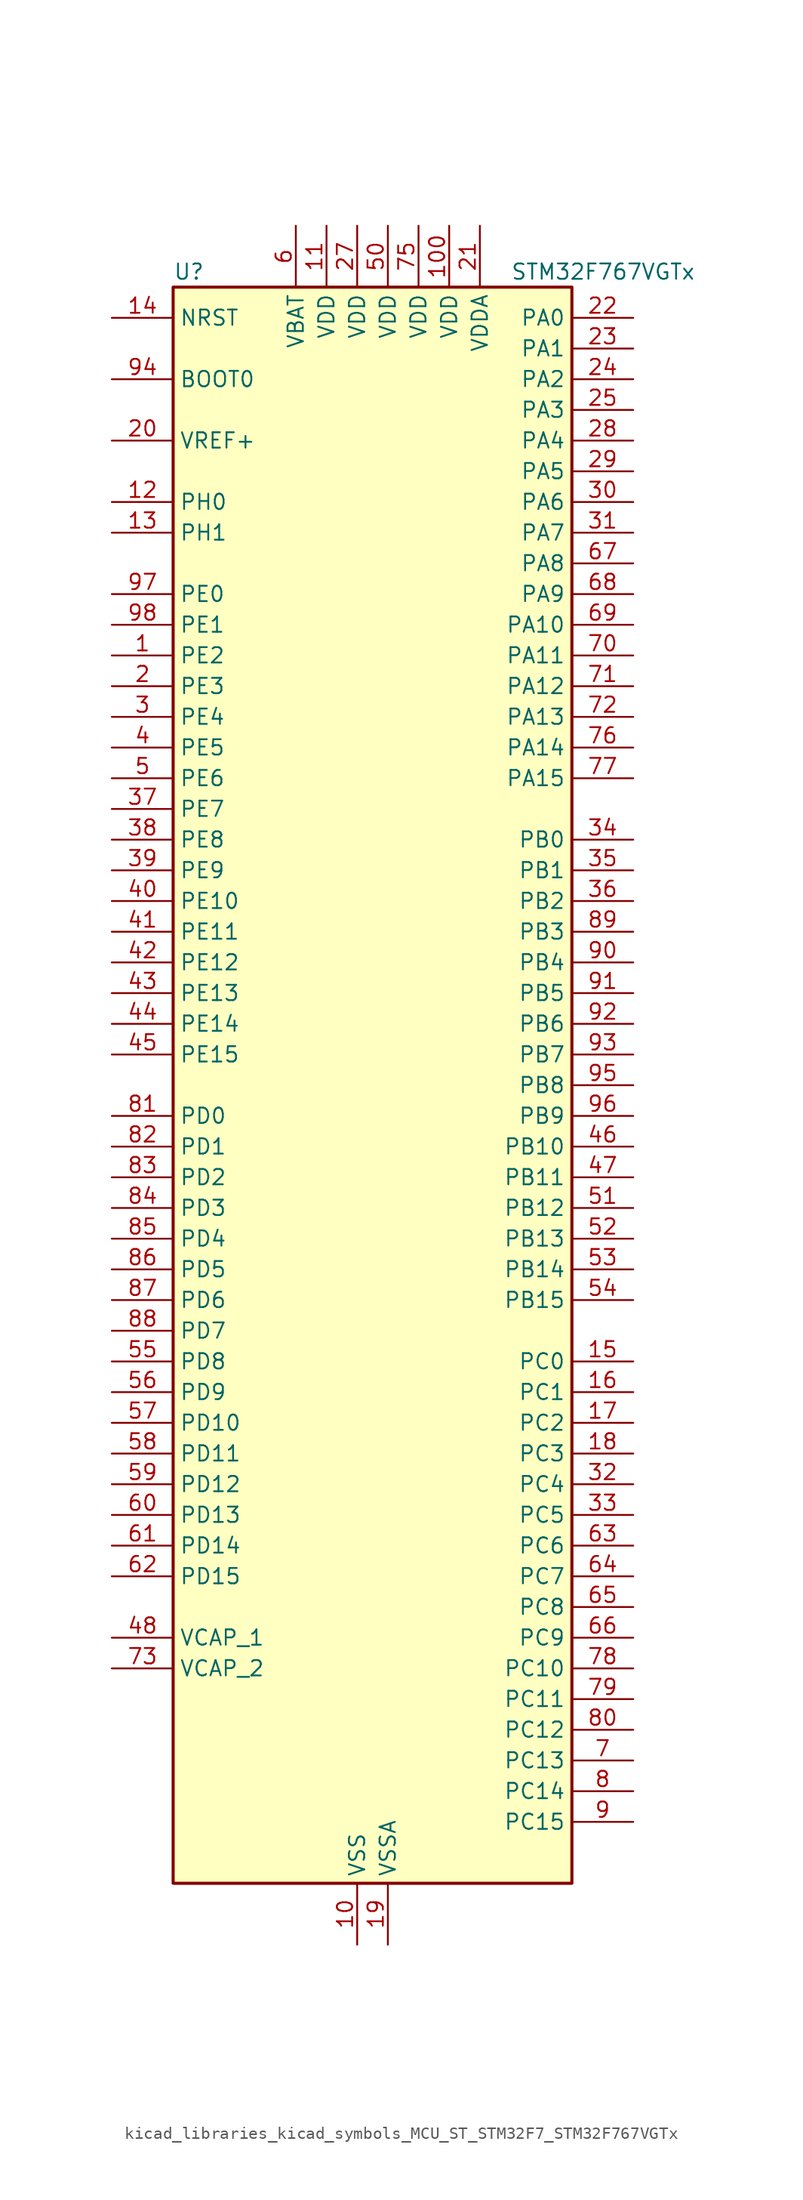
<source format=kicad_sym>
(kicad_symbol_lib
  (version 20220914)
  (generator kicad_symbol_editor)
  (symbol "kicad_libraries_kicad_symbols_MCU_ST_STM32F7_STM32F767VGTx"
    (property "Reference" "U"
      (at -15.24 67.31 0)
      (effects (font (size 1.27 1.27)) (justify left)))
    (property "Value" "STM32F767VGTx"
      (at 12.7 67.31 0)
      (effects (font (size 1.27 1.27)) (justify left)))
    (property "ki_locked" ""
      (at 0 0 0)
      (effects (font (size 1.27 1.27))))
    (symbol "kicad_libraries_kicad_symbols_MCU_ST_STM32F7_STM32F767VGTx_0_1"
      (rectangle (start -15.24 -66.04) (end 17.78 66.04) (stroke (width 0.254) (type default)) (fill (type background))))
    (symbol "kicad_libraries_kicad_symbols_MCU_ST_STM32F7_STM32F767VGTx_1_1"
      (pin bidirectional line (at -20.32 35.56 0) (length 5.08) (name "PE2" (effects (font (size 1.27 1.27)))) (number "1" (effects (font (size 1.27 1.27)))) (alternate "ETH_TXD3" bidirectional line) (alternate "FMC_A23" bidirectional line) (alternate "QUADSPI_BK1_IO2" bidirectional line) (alternate "SAI1_MCLK_A" bidirectional line) (alternate "SPI4_SCK" bidirectional line) (alternate "SYS_TRACECLK" bidirectional line))
      (pin power_in line (at 0 -71.12 90) (length 5.08) (name "VSS" (effects (font (size 1.27 1.27)))) (number "10" (effects (font (size 1.27 1.27)))))
      (pin power_in line (at 7.62 71.12 270) (length 5.08) (name "VDD" (effects (font (size 1.27 1.27)))) (number "100" (effects (font (size 1.27 1.27)))))
      (pin power_in line (at -2.54 71.12 270) (length 5.08) (name "VDD" (effects (font (size 1.27 1.27)))) (number "11" (effects (font (size 1.27 1.27)))))
      (pin bidirectional line (at -20.32 48.26 0) (length 5.08) (name "PH0" (effects (font (size 1.27 1.27)))) (number "12" (effects (font (size 1.27 1.27)))) (alternate "RCC_OSC_IN" bidirectional line))
      (pin bidirectional line (at -20.32 45.72 0) (length 5.08) (name "PH1" (effects (font (size 1.27 1.27)))) (number "13" (effects (font (size 1.27 1.27)))) (alternate "RCC_OSC_OUT" bidirectional line))
      (pin input line (at -20.32 63.5 0) (length 5.08) (name "NRST" (effects (font (size 1.27 1.27)))) (number "14" (effects (font (size 1.27 1.27)))))
      (pin bidirectional line (at 22.86 -22.86 180) (length 5.08) (name "PC0" (effects (font (size 1.27 1.27)))) (number "15" (effects (font (size 1.27 1.27)))) (alternate "ADC1_IN10" bidirectional line) (alternate "ADC2_IN10" bidirectional line) (alternate "ADC3_IN10" bidirectional line) (alternate "DFSDM1_CKIN0" bidirectional line) (alternate "DFSDM1_DATIN4" bidirectional line) (alternate "FMC_SDNWE" bidirectional line) (alternate "LTDC_R5" bidirectional line) (alternate "SAI2_FS_B" bidirectional line) (alternate "USB_OTG_HS_ULPI_STP" bidirectional line))
      (pin bidirectional line (at 22.86 -25.4 180) (length 5.08) (name "PC1" (effects (font (size 1.27 1.27)))) (number "16" (effects (font (size 1.27 1.27)))) (alternate "ADC1_IN11" bidirectional line) (alternate "ADC2_IN11" bidirectional line) (alternate "ADC3_IN11" bidirectional line) (alternate "DFSDM1_CKIN4" bidirectional line) (alternate "DFSDM1_DATIN0" bidirectional line) (alternate "ETH_MDC" bidirectional line) (alternate "I2S2_SD" bidirectional line) (alternate "MDIOS_MDC" bidirectional line) (alternate "RTC_TAMP3" bidirectional line) (alternate "RTC_TS" bidirectional line) (alternate "SAI1_SD_A" bidirectional line) (alternate "SPI2_MOSI" bidirectional line) (alternate "SYS_TRACED0" bidirectional line) (alternate "SYS_WKUP3" bidirectional line))
      (pin bidirectional line (at 22.86 -27.94 180) (length 5.08) (name "PC2" (effects (font (size 1.27 1.27)))) (number "17" (effects (font (size 1.27 1.27)))) (alternate "ADC1_IN12" bidirectional line) (alternate "ADC2_IN12" bidirectional line) (alternate "ADC3_IN12" bidirectional line) (alternate "DFSDM1_CKIN1" bidirectional line) (alternate "DFSDM1_CKOUT" bidirectional line) (alternate "ETH_TXD2" bidirectional line) (alternate "FMC_SDNE0" bidirectional line) (alternate "SPI2_MISO" bidirectional line) (alternate "USB_OTG_HS_ULPI_DIR" bidirectional line))
      (pin bidirectional line (at 22.86 -30.48 180) (length 5.08) (name "PC3" (effects (font (size 1.27 1.27)))) (number "18" (effects (font (size 1.27 1.27)))) (alternate "ADC1_IN13" bidirectional line) (alternate "ADC2_IN13" bidirectional line) (alternate "ADC3_IN13" bidirectional line) (alternate "DFSDM1_DATIN1" bidirectional line) (alternate "ETH_TX_CLK" bidirectional line) (alternate "FMC_SDCKE0" bidirectional line) (alternate "I2S2_SD" bidirectional line) (alternate "SPI2_MOSI" bidirectional line) (alternate "USB_OTG_HS_ULPI_NXT" bidirectional line))
      (pin power_in line (at 2.54 -71.12 90) (length 5.08) (name "VSSA" (effects (font (size 1.27 1.27)))) (number "19" (effects (font (size 1.27 1.27)))))
      (pin bidirectional line (at -20.32 33.02 0) (length 5.08) (name "PE3" (effects (font (size 1.27 1.27)))) (number "2" (effects (font (size 1.27 1.27)))) (alternate "FMC_A19" bidirectional line) (alternate "SAI1_SD_B" bidirectional line) (alternate "SYS_TRACED0" bidirectional line))
      (pin input line (at -20.32 53.34 0) (length 5.08) (name "VREF+" (effects (font (size 1.27 1.27)))) (number "20" (effects (font (size 1.27 1.27)))))
      (pin power_in line (at 10.16 71.12 270) (length 5.08) (name "VDDA" (effects (font (size 1.27 1.27)))) (number "21" (effects (font (size 1.27 1.27)))))
      (pin bidirectional line (at 22.86 63.5 180) (length 5.08) (name "PA0" (effects (font (size 1.27 1.27)))) (number "22" (effects (font (size 1.27 1.27)))) (alternate "ADC1_IN0" bidirectional line) (alternate "ADC2_IN0" bidirectional line) (alternate "ADC3_IN0" bidirectional line) (alternate "ETH_CRS" bidirectional line) (alternate "SAI2_SD_B" bidirectional line) (alternate "SYS_WKUP1" bidirectional line) (alternate "TIM2_CH1" bidirectional line) (alternate "TIM2_ETR" bidirectional line) (alternate "TIM5_CH1" bidirectional line) (alternate "TIM8_ETR" bidirectional line) (alternate "UART4_TX" bidirectional line) (alternate "USART2_CTS" bidirectional line))
      (pin bidirectional line (at 22.86 60.96 180) (length 5.08) (name "PA1" (effects (font (size 1.27 1.27)))) (number "23" (effects (font (size 1.27 1.27)))) (alternate "ADC1_IN1" bidirectional line) (alternate "ADC2_IN1" bidirectional line) (alternate "ADC3_IN1" bidirectional line) (alternate "ETH_REF_CLK" bidirectional line) (alternate "ETH_RX_CLK" bidirectional line) (alternate "LTDC_R2" bidirectional line) (alternate "QUADSPI_BK1_IO3" bidirectional line) (alternate "SAI2_MCLK_B" bidirectional line) (alternate "TIM2_CH2" bidirectional line) (alternate "TIM5_CH2" bidirectional line) (alternate "UART4_RX" bidirectional line) (alternate "USART2_DE" bidirectional line) (alternate "USART2_RTS" bidirectional line))
      (pin bidirectional line (at 22.86 58.42 180) (length 5.08) (name "PA2" (effects (font (size 1.27 1.27)))) (number "24" (effects (font (size 1.27 1.27)))) (alternate "ADC1_IN2" bidirectional line) (alternate "ADC2_IN2" bidirectional line) (alternate "ADC3_IN2" bidirectional line) (alternate "ETH_MDIO" bidirectional line) (alternate "LTDC_R1" bidirectional line) (alternate "MDIOS_MDIO" bidirectional line) (alternate "SAI2_SCK_B" bidirectional line) (alternate "SYS_WKUP2" bidirectional line) (alternate "TIM2_CH3" bidirectional line) (alternate "TIM5_CH3" bidirectional line) (alternate "TIM9_CH1" bidirectional line) (alternate "USART2_TX" bidirectional line))
      (pin bidirectional line (at 22.86 55.88 180) (length 5.08) (name "PA3" (effects (font (size 1.27 1.27)))) (number "25" (effects (font (size 1.27 1.27)))) (alternate "ADC1_IN3" bidirectional line) (alternate "ADC2_IN3" bidirectional line) (alternate "ADC3_IN3" bidirectional line) (alternate "ETH_COL" bidirectional line) (alternate "LTDC_B2" bidirectional line) (alternate "LTDC_B5" bidirectional line) (alternate "TIM2_CH4" bidirectional line) (alternate "TIM5_CH4" bidirectional line) (alternate "TIM9_CH2" bidirectional line) (alternate "USART2_RX" bidirectional line) (alternate "USB_OTG_HS_ULPI_D0" bidirectional line))
      (pin passive line (at 0 -71.12 90) (length 5.08) hide (name "VSS" (effects (font (size 1.27 1.27)))) (number "26" (effects (font (size 1.27 1.27)))))
      (pin power_in line (at 0 71.12 270) (length 5.08) (name "VDD" (effects (font (size 1.27 1.27)))) (number "27" (effects (font (size 1.27 1.27)))))
      (pin bidirectional line (at 22.86 53.34 180) (length 5.08) (name "PA4" (effects (font (size 1.27 1.27)))) (number "28" (effects (font (size 1.27 1.27)))) (alternate "ADC1_IN4" bidirectional line) (alternate "ADC2_IN4" bidirectional line) (alternate "DAC_OUT1" bidirectional line) (alternate "DCMI_HSYNC" bidirectional line) (alternate "I2S1_WS" bidirectional line) (alternate "I2S3_WS" bidirectional line) (alternate "LTDC_VSYNC" bidirectional line) (alternate "SPI1_NSS" bidirectional line) (alternate "SPI3_NSS" bidirectional line) (alternate "SPI6_NSS" bidirectional line) (alternate "USART2_CK" bidirectional line) (alternate "USB_OTG_HS_SOF" bidirectional line))
      (pin bidirectional line (at 22.86 50.8 180) (length 5.08) (name "PA5" (effects (font (size 1.27 1.27)))) (number "29" (effects (font (size 1.27 1.27)))) (alternate "ADC1_IN5" bidirectional line) (alternate "ADC2_IN5" bidirectional line) (alternate "DAC_OUT2" bidirectional line) (alternate "I2S1_CK" bidirectional line) (alternate "LTDC_R4" bidirectional line) (alternate "SPI1_SCK" bidirectional line) (alternate "SPI6_SCK" bidirectional line) (alternate "TIM2_CH1" bidirectional line) (alternate "TIM2_ETR" bidirectional line) (alternate "TIM8_CH1N" bidirectional line) (alternate "USB_OTG_HS_ULPI_CK" bidirectional line))
      (pin bidirectional line (at -20.32 30.48 0) (length 5.08) (name "PE4" (effects (font (size 1.27 1.27)))) (number "3" (effects (font (size 1.27 1.27)))) (alternate "DCMI_D4" bidirectional line) (alternate "DFSDM1_DATIN3" bidirectional line) (alternate "FMC_A20" bidirectional line) (alternate "LTDC_B0" bidirectional line) (alternate "SAI1_FS_A" bidirectional line) (alternate "SPI4_NSS" bidirectional line) (alternate "SYS_TRACED1" bidirectional line))
      (pin bidirectional line (at 22.86 48.26 180) (length 5.08) (name "PA6" (effects (font (size 1.27 1.27)))) (number "30" (effects (font (size 1.27 1.27)))) (alternate "ADC1_IN6" bidirectional line) (alternate "ADC2_IN6" bidirectional line) (alternate "DCMI_PIXCLK" bidirectional line) (alternate "LTDC_G2" bidirectional line) (alternate "MDIOS_MDC" bidirectional line) (alternate "SPI1_MISO" bidirectional line) (alternate "SPI6_MISO" bidirectional line) (alternate "TIM13_CH1" bidirectional line) (alternate "TIM1_BKIN" bidirectional line) (alternate "TIM3_CH1" bidirectional line) (alternate "TIM8_BKIN" bidirectional line))
      (pin bidirectional line (at 22.86 45.72 180) (length 5.08) (name "PA7" (effects (font (size 1.27 1.27)))) (number "31" (effects (font (size 1.27 1.27)))) (alternate "ADC1_IN7" bidirectional line) (alternate "ADC2_IN7" bidirectional line) (alternate "ETH_CRS_DV" bidirectional line) (alternate "ETH_RX_DV" bidirectional line) (alternate "FMC_SDNWE" bidirectional line) (alternate "I2S1_SD" bidirectional line) (alternate "SPI1_MOSI" bidirectional line) (alternate "SPI6_MOSI" bidirectional line) (alternate "TIM14_CH1" bidirectional line) (alternate "TIM1_CH1N" bidirectional line) (alternate "TIM3_CH2" bidirectional line) (alternate "TIM8_CH1N" bidirectional line))
      (pin bidirectional line (at 22.86 -33.02 180) (length 5.08) (name "PC4" (effects (font (size 1.27 1.27)))) (number "32" (effects (font (size 1.27 1.27)))) (alternate "ADC1_IN14" bidirectional line) (alternate "ADC2_IN14" bidirectional line) (alternate "DFSDM1_CKIN2" bidirectional line) (alternate "ETH_RXD0" bidirectional line) (alternate "FMC_SDNE0" bidirectional line) (alternate "I2S1_MCK" bidirectional line) (alternate "SPDIFRX_IN2" bidirectional line))
      (pin bidirectional line (at 22.86 -35.56 180) (length 5.08) (name "PC5" (effects (font (size 1.27 1.27)))) (number "33" (effects (font (size 1.27 1.27)))) (alternate "ADC1_IN15" bidirectional line) (alternate "ADC2_IN15" bidirectional line) (alternate "DFSDM1_DATIN2" bidirectional line) (alternate "ETH_RXD1" bidirectional line) (alternate "FMC_SDCKE0" bidirectional line) (alternate "SPDIFRX_IN3" bidirectional line))
      (pin bidirectional line (at 22.86 20.32 180) (length 5.08) (name "PB0" (effects (font (size 1.27 1.27)))) (number "34" (effects (font (size 1.27 1.27)))) (alternate "ADC1_IN8" bidirectional line) (alternate "ADC2_IN8" bidirectional line) (alternate "DFSDM1_CKOUT" bidirectional line) (alternate "ETH_RXD2" bidirectional line) (alternate "LTDC_G1" bidirectional line) (alternate "LTDC_R3" bidirectional line) (alternate "TIM1_CH2N" bidirectional line) (alternate "TIM3_CH3" bidirectional line) (alternate "TIM8_CH2N" bidirectional line) (alternate "UART4_CTS" bidirectional line) (alternate "USB_OTG_HS_ULPI_D1" bidirectional line))
      (pin bidirectional line (at 22.86 17.78 180) (length 5.08) (name "PB1" (effects (font (size 1.27 1.27)))) (number "35" (effects (font (size 1.27 1.27)))) (alternate "ADC1_IN9" bidirectional line) (alternate "ADC2_IN9" bidirectional line) (alternate "DFSDM1_DATIN1" bidirectional line) (alternate "ETH_RXD3" bidirectional line) (alternate "LTDC_G0" bidirectional line) (alternate "LTDC_R6" bidirectional line) (alternate "TIM1_CH3N" bidirectional line) (alternate "TIM3_CH4" bidirectional line) (alternate "TIM8_CH3N" bidirectional line) (alternate "USB_OTG_HS_ULPI_D2" bidirectional line))
      (pin bidirectional line (at 22.86 15.24 180) (length 5.08) (name "PB2" (effects (font (size 1.27 1.27)))) (number "36" (effects (font (size 1.27 1.27)))) (alternate "DFSDM1_CKIN1" bidirectional line) (alternate "I2S3_SD" bidirectional line) (alternate "QUADSPI_CLK" bidirectional line) (alternate "SAI1_SD_A" bidirectional line) (alternate "SPI3_MOSI" bidirectional line))
      (pin bidirectional line (at -20.32 22.86 0) (length 5.08) (name "PE7" (effects (font (size 1.27 1.27)))) (number "37" (effects (font (size 1.27 1.27)))) (alternate "DFSDM1_DATIN2" bidirectional line) (alternate "FMC_D4" bidirectional line) (alternate "FMC_DA4" bidirectional line) (alternate "QUADSPI_BK2_IO0" bidirectional line) (alternate "TIM1_ETR" bidirectional line) (alternate "UART7_RX" bidirectional line))
      (pin bidirectional line (at -20.32 20.32 0) (length 5.08) (name "PE8" (effects (font (size 1.27 1.27)))) (number "38" (effects (font (size 1.27 1.27)))) (alternate "DFSDM1_CKIN2" bidirectional line) (alternate "FMC_D5" bidirectional line) (alternate "FMC_DA5" bidirectional line) (alternate "QUADSPI_BK2_IO1" bidirectional line) (alternate "TIM1_CH1N" bidirectional line) (alternate "UART7_TX" bidirectional line))
      (pin bidirectional line (at -20.32 17.78 0) (length 5.08) (name "PE9" (effects (font (size 1.27 1.27)))) (number "39" (effects (font (size 1.27 1.27)))) (alternate "DAC_EXTI9" bidirectional line) (alternate "DFSDM1_CKOUT" bidirectional line) (alternate "FMC_D6" bidirectional line) (alternate "FMC_DA6" bidirectional line) (alternate "QUADSPI_BK2_IO2" bidirectional line) (alternate "TIM1_CH1" bidirectional line) (alternate "UART7_DE" bidirectional line) (alternate "UART7_RTS" bidirectional line))
      (pin bidirectional line (at -20.32 27.94 0) (length 5.08) (name "PE5" (effects (font (size 1.27 1.27)))) (number "4" (effects (font (size 1.27 1.27)))) (alternate "DCMI_D6" bidirectional line) (alternate "DFSDM1_CKIN3" bidirectional line) (alternate "FMC_A21" bidirectional line) (alternate "LTDC_G0" bidirectional line) (alternate "SAI1_SCK_A" bidirectional line) (alternate "SPI4_MISO" bidirectional line) (alternate "SYS_TRACED2" bidirectional line) (alternate "TIM9_CH1" bidirectional line))
      (pin bidirectional line (at -20.32 15.24 0) (length 5.08) (name "PE10" (effects (font (size 1.27 1.27)))) (number "40" (effects (font (size 1.27 1.27)))) (alternate "DFSDM1_DATIN4" bidirectional line) (alternate "FMC_D7" bidirectional line) (alternate "FMC_DA7" bidirectional line) (alternate "QUADSPI_BK2_IO3" bidirectional line) (alternate "TIM1_CH2N" bidirectional line) (alternate "UART7_CTS" bidirectional line))
      (pin bidirectional line (at -20.32 12.7 0) (length 5.08) (name "PE11" (effects (font (size 1.27 1.27)))) (number "41" (effects (font (size 1.27 1.27)))) (alternate "ADC1_EXTI11" bidirectional line) (alternate "ADC2_EXTI11" bidirectional line) (alternate "ADC3_EXTI11" bidirectional line) (alternate "DFSDM1_CKIN4" bidirectional line) (alternate "FMC_D8" bidirectional line) (alternate "FMC_DA8" bidirectional line) (alternate "LTDC_G3" bidirectional line) (alternate "SAI2_SD_B" bidirectional line) (alternate "SPI4_NSS" bidirectional line) (alternate "TIM1_CH2" bidirectional line))
      (pin bidirectional line (at -20.32 10.16 0) (length 5.08) (name "PE12" (effects (font (size 1.27 1.27)))) (number "42" (effects (font (size 1.27 1.27)))) (alternate "DFSDM1_DATIN5" bidirectional line) (alternate "FMC_D9" bidirectional line) (alternate "FMC_DA9" bidirectional line) (alternate "LTDC_B4" bidirectional line) (alternate "SAI2_SCK_B" bidirectional line) (alternate "SPI4_SCK" bidirectional line) (alternate "TIM1_CH3N" bidirectional line))
      (pin bidirectional line (at -20.32 7.62 0) (length 5.08) (name "PE13" (effects (font (size 1.27 1.27)))) (number "43" (effects (font (size 1.27 1.27)))) (alternate "DFSDM1_CKIN5" bidirectional line) (alternate "FMC_D10" bidirectional line) (alternate "FMC_DA10" bidirectional line) (alternate "LTDC_DE" bidirectional line) (alternate "SAI2_FS_B" bidirectional line) (alternate "SPI4_MISO" bidirectional line) (alternate "TIM1_CH3" bidirectional line))
      (pin bidirectional line (at -20.32 5.08 0) (length 5.08) (name "PE14" (effects (font (size 1.27 1.27)))) (number "44" (effects (font (size 1.27 1.27)))) (alternate "FMC_D11" bidirectional line) (alternate "FMC_DA11" bidirectional line) (alternate "LTDC_CLK" bidirectional line) (alternate "SAI2_MCLK_B" bidirectional line) (alternate "SPI4_MOSI" bidirectional line) (alternate "TIM1_CH4" bidirectional line))
      (pin bidirectional line (at -20.32 2.54 0) (length 5.08) (name "PE15" (effects (font (size 1.27 1.27)))) (number "45" (effects (font (size 1.27 1.27)))) (alternate "FMC_D12" bidirectional line) (alternate "FMC_DA12" bidirectional line) (alternate "LTDC_R7" bidirectional line) (alternate "TIM1_BKIN" bidirectional line))
      (pin bidirectional line (at 22.86 -5.08 180) (length 5.08) (name "PB10" (effects (font (size 1.27 1.27)))) (number "46" (effects (font (size 1.27 1.27)))) (alternate "DFSDM1_DATIN7" bidirectional line) (alternate "ETH_RX_ER" bidirectional line) (alternate "I2C2_SCL" bidirectional line) (alternate "I2S2_CK" bidirectional line) (alternate "LTDC_G4" bidirectional line) (alternate "QUADSPI_BK1_NCS" bidirectional line) (alternate "SPI2_SCK" bidirectional line) (alternate "TIM2_CH3" bidirectional line) (alternate "USART3_TX" bidirectional line) (alternate "USB_OTG_HS_ULPI_D3" bidirectional line))
      (pin bidirectional line (at 22.86 -7.62 180) (length 5.08) (name "PB11" (effects (font (size 1.27 1.27)))) (number "47" (effects (font (size 1.27 1.27)))) (alternate "ADC1_EXTI11" bidirectional line) (alternate "ADC2_EXTI11" bidirectional line) (alternate "ADC3_EXTI11" bidirectional line) (alternate "DFSDM1_CKIN7" bidirectional line) (alternate "ETH_TX_EN" bidirectional line) (alternate "I2C2_SDA" bidirectional line) (alternate "LTDC_G5" bidirectional line) (alternate "TIM2_CH4" bidirectional line) (alternate "USART3_RX" bidirectional line) (alternate "USB_OTG_HS_ULPI_D4" bidirectional line))
      (pin power_out line (at -20.32 -45.72 0) (length 5.08) (name "VCAP_1" (effects (font (size 1.27 1.27)))) (number "48" (effects (font (size 1.27 1.27)))))
      (pin passive line (at 0 -71.12 90) (length 5.08) hide (name "VSS" (effects (font (size 1.27 1.27)))) (number "49" (effects (font (size 1.27 1.27)))))
      (pin bidirectional line (at -20.32 25.4 0) (length 5.08) (name "PE6" (effects (font (size 1.27 1.27)))) (number "5" (effects (font (size 1.27 1.27)))) (alternate "DCMI_D7" bidirectional line) (alternate "FMC_A22" bidirectional line) (alternate "LTDC_G1" bidirectional line) (alternate "SAI1_SD_A" bidirectional line) (alternate "SAI2_MCLK_B" bidirectional line) (alternate "SPI4_MOSI" bidirectional line) (alternate "SYS_TRACED3" bidirectional line) (alternate "TIM1_BKIN2" bidirectional line) (alternate "TIM9_CH2" bidirectional line))
      (pin power_in line (at 2.54 71.12 270) (length 5.08) (name "VDD" (effects (font (size 1.27 1.27)))) (number "50" (effects (font (size 1.27 1.27)))))
      (pin bidirectional line (at 22.86 -10.16 180) (length 5.08) (name "PB12" (effects (font (size 1.27 1.27)))) (number "51" (effects (font (size 1.27 1.27)))) (alternate "CAN2_RX" bidirectional line) (alternate "DFSDM1_DATIN1" bidirectional line) (alternate "ETH_TXD0" bidirectional line) (alternate "I2C2_SMBA" bidirectional line) (alternate "I2S2_WS" bidirectional line) (alternate "SPI2_NSS" bidirectional line) (alternate "TIM1_BKIN" bidirectional line) (alternate "UART5_RX" bidirectional line) (alternate "USART3_CK" bidirectional line) (alternate "USB_OTG_HS_ID" bidirectional line) (alternate "USB_OTG_HS_ULPI_D5" bidirectional line))
      (pin bidirectional line (at 22.86 -12.7 180) (length 5.08) (name "PB13" (effects (font (size 1.27 1.27)))) (number "52" (effects (font (size 1.27 1.27)))) (alternate "CAN2_TX" bidirectional line) (alternate "DFSDM1_CKIN1" bidirectional line) (alternate "ETH_TXD1" bidirectional line) (alternate "I2S2_CK" bidirectional line) (alternate "SPI2_SCK" bidirectional line) (alternate "TIM1_CH1N" bidirectional line) (alternate "UART5_TX" bidirectional line) (alternate "USART3_CTS" bidirectional line) (alternate "USB_OTG_HS_ULPI_D6" bidirectional line) (alternate "USB_OTG_HS_VBUS" bidirectional line))
      (pin bidirectional line (at 22.86 -15.24 180) (length 5.08) (name "PB14" (effects (font (size 1.27 1.27)))) (number "53" (effects (font (size 1.27 1.27)))) (alternate "DFSDM1_DATIN2" bidirectional line) (alternate "SDMMC2_D0" bidirectional line) (alternate "SPI2_MISO" bidirectional line) (alternate "TIM12_CH1" bidirectional line) (alternate "TIM1_CH2N" bidirectional line) (alternate "TIM8_CH2N" bidirectional line) (alternate "UART4_DE" bidirectional line) (alternate "UART4_RTS" bidirectional line) (alternate "USART1_TX" bidirectional line) (alternate "USART3_DE" bidirectional line) (alternate "USART3_RTS" bidirectional line) (alternate "USB_OTG_HS_DM" bidirectional line))
      (pin bidirectional line (at 22.86 -17.78 180) (length 5.08) (name "PB15" (effects (font (size 1.27 1.27)))) (number "54" (effects (font (size 1.27 1.27)))) (alternate "DFSDM1_CKIN2" bidirectional line) (alternate "I2S2_SD" bidirectional line) (alternate "RTC_REFIN" bidirectional line) (alternate "SDMMC2_D1" bidirectional line) (alternate "SPI2_MOSI" bidirectional line) (alternate "TIM12_CH2" bidirectional line) (alternate "TIM1_CH3N" bidirectional line) (alternate "TIM8_CH3N" bidirectional line) (alternate "UART4_CTS" bidirectional line) (alternate "USART1_RX" bidirectional line) (alternate "USB_OTG_HS_DP" bidirectional line))
      (pin bidirectional line (at -20.32 -22.86 0) (length 5.08) (name "PD8" (effects (font (size 1.27 1.27)))) (number "55" (effects (font (size 1.27 1.27)))) (alternate "DFSDM1_CKIN3" bidirectional line) (alternate "FMC_D13" bidirectional line) (alternate "FMC_DA13" bidirectional line) (alternate "SPDIFRX_IN1" bidirectional line) (alternate "USART3_TX" bidirectional line))
      (pin bidirectional line (at -20.32 -25.4 0) (length 5.08) (name "PD9" (effects (font (size 1.27 1.27)))) (number "56" (effects (font (size 1.27 1.27)))) (alternate "DAC_EXTI9" bidirectional line) (alternate "DFSDM1_DATIN3" bidirectional line) (alternate "FMC_D14" bidirectional line) (alternate "FMC_DA14" bidirectional line) (alternate "USART3_RX" bidirectional line))
      (pin bidirectional line (at -20.32 -27.94 0) (length 5.08) (name "PD10" (effects (font (size 1.27 1.27)))) (number "57" (effects (font (size 1.27 1.27)))) (alternate "DFSDM1_CKOUT" bidirectional line) (alternate "FMC_D15" bidirectional line) (alternate "FMC_DA15" bidirectional line) (alternate "LTDC_B3" bidirectional line) (alternate "USART3_CK" bidirectional line))
      (pin bidirectional line (at -20.32 -30.48 0) (length 5.08) (name "PD11" (effects (font (size 1.27 1.27)))) (number "58" (effects (font (size 1.27 1.27)))) (alternate "ADC1_EXTI11" bidirectional line) (alternate "ADC2_EXTI11" bidirectional line) (alternate "ADC3_EXTI11" bidirectional line) (alternate "FMC_A16" bidirectional line) (alternate "FMC_CLE" bidirectional line) (alternate "I2C4_SMBA" bidirectional line) (alternate "QUADSPI_BK1_IO0" bidirectional line) (alternate "SAI2_SD_A" bidirectional line) (alternate "USART3_CTS" bidirectional line))
      (pin bidirectional line (at -20.32 -33.02 0) (length 5.08) (name "PD12" (effects (font (size 1.27 1.27)))) (number "59" (effects (font (size 1.27 1.27)))) (alternate "FMC_A17" bidirectional line) (alternate "FMC_ALE" bidirectional line) (alternate "I2C4_SCL" bidirectional line) (alternate "LPTIM1_IN1" bidirectional line) (alternate "QUADSPI_BK1_IO1" bidirectional line) (alternate "SAI2_FS_A" bidirectional line) (alternate "TIM4_CH1" bidirectional line) (alternate "USART3_DE" bidirectional line) (alternate "USART3_RTS" bidirectional line))
      (pin power_in line (at -5.08 71.12 270) (length 5.08) (name "VBAT" (effects (font (size 1.27 1.27)))) (number "6" (effects (font (size 1.27 1.27)))))
      (pin bidirectional line (at -20.32 -35.56 0) (length 5.08) (name "PD13" (effects (font (size 1.27 1.27)))) (number "60" (effects (font (size 1.27 1.27)))) (alternate "FMC_A18" bidirectional line) (alternate "I2C4_SDA" bidirectional line) (alternate "LPTIM1_OUT" bidirectional line) (alternate "QUADSPI_BK1_IO3" bidirectional line) (alternate "SAI2_SCK_A" bidirectional line) (alternate "TIM4_CH2" bidirectional line))
      (pin bidirectional line (at -20.32 -38.1 0) (length 5.08) (name "PD14" (effects (font (size 1.27 1.27)))) (number "61" (effects (font (size 1.27 1.27)))) (alternate "FMC_D0" bidirectional line) (alternate "FMC_DA0" bidirectional line) (alternate "TIM4_CH3" bidirectional line) (alternate "UART8_CTS" bidirectional line))
      (pin bidirectional line (at -20.32 -40.64 0) (length 5.08) (name "PD15" (effects (font (size 1.27 1.27)))) (number "62" (effects (font (size 1.27 1.27)))) (alternate "FMC_D1" bidirectional line) (alternate "FMC_DA1" bidirectional line) (alternate "TIM4_CH4" bidirectional line) (alternate "UART8_DE" bidirectional line) (alternate "UART8_RTS" bidirectional line))
      (pin bidirectional line (at 22.86 -38.1 180) (length 5.08) (name "PC6" (effects (font (size 1.27 1.27)))) (number "63" (effects (font (size 1.27 1.27)))) (alternate "DCMI_D0" bidirectional line) (alternate "DFSDM1_CKIN3" bidirectional line) (alternate "FMC_NWAIT" bidirectional line) (alternate "I2S2_MCK" bidirectional line) (alternate "LTDC_HSYNC" bidirectional line) (alternate "SDMMC1_D6" bidirectional line) (alternate "SDMMC2_D6" bidirectional line) (alternate "TIM3_CH1" bidirectional line) (alternate "TIM8_CH1" bidirectional line) (alternate "USART6_TX" bidirectional line))
      (pin bidirectional line (at 22.86 -40.64 180) (length 5.08) (name "PC7" (effects (font (size 1.27 1.27)))) (number "64" (effects (font (size 1.27 1.27)))) (alternate "DCMI_D1" bidirectional line) (alternate "DFSDM1_DATIN3" bidirectional line) (alternate "FMC_NE1" bidirectional line) (alternate "I2S3_MCK" bidirectional line) (alternate "LTDC_G6" bidirectional line) (alternate "SDMMC1_D7" bidirectional line) (alternate "SDMMC2_D7" bidirectional line) (alternate "TIM3_CH2" bidirectional line) (alternate "TIM8_CH2" bidirectional line) (alternate "USART6_RX" bidirectional line))
      (pin bidirectional line (at 22.86 -43.18 180) (length 5.08) (name "PC8" (effects (font (size 1.27 1.27)))) (number "65" (effects (font (size 1.27 1.27)))) (alternate "DCMI_D2" bidirectional line) (alternate "FMC_NCE" bidirectional line) (alternate "FMC_NE2" bidirectional line) (alternate "SDMMC1_D0" bidirectional line) (alternate "SYS_TRACED1" bidirectional line) (alternate "TIM3_CH3" bidirectional line) (alternate "TIM8_CH3" bidirectional line) (alternate "UART5_DE" bidirectional line) (alternate "UART5_RTS" bidirectional line) (alternate "USART6_CK" bidirectional line))
      (pin bidirectional line (at 22.86 -45.72 180) (length 5.08) (name "PC9" (effects (font (size 1.27 1.27)))) (number "66" (effects (font (size 1.27 1.27)))) (alternate "DAC_EXTI9" bidirectional line) (alternate "DCMI_D3" bidirectional line) (alternate "I2C3_SDA" bidirectional line) (alternate "I2S_CKIN" bidirectional line) (alternate "LTDC_B2" bidirectional line) (alternate "LTDC_G3" bidirectional line) (alternate "QUADSPI_BK1_IO0" bidirectional line) (alternate "RCC_MCO_2" bidirectional line) (alternate "SDMMC1_D1" bidirectional line) (alternate "TIM3_CH4" bidirectional line) (alternate "TIM8_CH4" bidirectional line) (alternate "UART5_CTS" bidirectional line))
      (pin bidirectional line (at 22.86 43.18 180) (length 5.08) (name "PA8" (effects (font (size 1.27 1.27)))) (number "67" (effects (font (size 1.27 1.27)))) (alternate "CAN3_RX" bidirectional line) (alternate "I2C3_SCL" bidirectional line) (alternate "LTDC_B3" bidirectional line) (alternate "LTDC_R6" bidirectional line) (alternate "RCC_MCO_1" bidirectional line) (alternate "TIM1_CH1" bidirectional line) (alternate "TIM8_BKIN2" bidirectional line) (alternate "UART7_RX" bidirectional line) (alternate "USART1_CK" bidirectional line) (alternate "USB_OTG_FS_SOF" bidirectional line))
      (pin bidirectional line (at 22.86 40.64 180) (length 5.08) (name "PA9" (effects (font (size 1.27 1.27)))) (number "68" (effects (font (size 1.27 1.27)))) (alternate "DAC_EXTI9" bidirectional line) (alternate "DCMI_D0" bidirectional line) (alternate "I2C3_SMBA" bidirectional line) (alternate "I2S2_CK" bidirectional line) (alternate "LTDC_R5" bidirectional line) (alternate "SPI2_SCK" bidirectional line) (alternate "TIM1_CH2" bidirectional line) (alternate "USART1_TX" bidirectional line) (alternate "USB_OTG_FS_VBUS" bidirectional line))
      (pin bidirectional line (at 22.86 38.1 180) (length 5.08) (name "PA10" (effects (font (size 1.27 1.27)))) (number "69" (effects (font (size 1.27 1.27)))) (alternate "DCMI_D1" bidirectional line) (alternate "LTDC_B1" bidirectional line) (alternate "LTDC_B4" bidirectional line) (alternate "MDIOS_MDIO" bidirectional line) (alternate "TIM1_CH3" bidirectional line) (alternate "USART1_RX" bidirectional line) (alternate "USB_OTG_FS_ID" bidirectional line))
      (pin bidirectional line (at 22.86 -55.88 180) (length 5.08) (name "PC13" (effects (font (size 1.27 1.27)))) (number "7" (effects (font (size 1.27 1.27)))) (alternate "RTC_OUT" bidirectional line) (alternate "RTC_TAMP1" bidirectional line) (alternate "RTC_TS" bidirectional line) (alternate "SYS_WKUP4" bidirectional line))
      (pin bidirectional line (at 22.86 35.56 180) (length 5.08) (name "PA11" (effects (font (size 1.27 1.27)))) (number "70" (effects (font (size 1.27 1.27)))) (alternate "ADC1_EXTI11" bidirectional line) (alternate "ADC2_EXTI11" bidirectional line) (alternate "ADC3_EXTI11" bidirectional line) (alternate "CAN1_RX" bidirectional line) (alternate "I2S2_WS" bidirectional line) (alternate "LTDC_R4" bidirectional line) (alternate "SPI2_NSS" bidirectional line) (alternate "TIM1_CH4" bidirectional line) (alternate "UART4_RX" bidirectional line) (alternate "USART1_CTS" bidirectional line) (alternate "USB_OTG_FS_DM" bidirectional line))
      (pin bidirectional line (at 22.86 33.02 180) (length 5.08) (name "PA12" (effects (font (size 1.27 1.27)))) (number "71" (effects (font (size 1.27 1.27)))) (alternate "CAN1_TX" bidirectional line) (alternate "I2S2_CK" bidirectional line) (alternate "LTDC_R5" bidirectional line) (alternate "SAI2_FS_B" bidirectional line) (alternate "SPI2_SCK" bidirectional line) (alternate "TIM1_ETR" bidirectional line) (alternate "UART4_TX" bidirectional line) (alternate "USART1_DE" bidirectional line) (alternate "USART1_RTS" bidirectional line) (alternate "USB_OTG_FS_DP" bidirectional line))
      (pin bidirectional line (at 22.86 30.48 180) (length 5.08) (name "PA13" (effects (font (size 1.27 1.27)))) (number "72" (effects (font (size 1.27 1.27)))) (alternate "SYS_JTMS-SWDIO" bidirectional line))
      (pin power_out line (at -20.32 -48.26 0) (length 5.08) (name "VCAP_2" (effects (font (size 1.27 1.27)))) (number "73" (effects (font (size 1.27 1.27)))))
      (pin passive line (at 0 -71.12 90) (length 5.08) hide (name "VSS" (effects (font (size 1.27 1.27)))) (number "74" (effects (font (size 1.27 1.27)))))
      (pin power_in line (at 5.08 71.12 270) (length 5.08) (name "VDD" (effects (font (size 1.27 1.27)))) (number "75" (effects (font (size 1.27 1.27)))))
      (pin bidirectional line (at 22.86 27.94 180) (length 5.08) (name "PA14" (effects (font (size 1.27 1.27)))) (number "76" (effects (font (size 1.27 1.27)))) (alternate "SYS_JTCK-SWCLK" bidirectional line))
      (pin bidirectional line (at 22.86 25.4 180) (length 5.08) (name "PA15" (effects (font (size 1.27 1.27)))) (number "77" (effects (font (size 1.27 1.27)))) (alternate "CAN3_TX" bidirectional line) (alternate "CEC" bidirectional line) (alternate "I2S1_WS" bidirectional line) (alternate "I2S3_WS" bidirectional line) (alternate "SPI1_NSS" bidirectional line) (alternate "SPI3_NSS" bidirectional line) (alternate "SPI6_NSS" bidirectional line) (alternate "SYS_JTDI" bidirectional line) (alternate "TIM2_CH1" bidirectional line) (alternate "TIM2_ETR" bidirectional line) (alternate "UART4_DE" bidirectional line) (alternate "UART4_RTS" bidirectional line) (alternate "UART7_TX" bidirectional line))
      (pin bidirectional line (at 22.86 -48.26 180) (length 5.08) (name "PC10" (effects (font (size 1.27 1.27)))) (number "78" (effects (font (size 1.27 1.27)))) (alternate "DCMI_D8" bidirectional line) (alternate "DFSDM1_CKIN5" bidirectional line) (alternate "I2S3_CK" bidirectional line) (alternate "LTDC_R2" bidirectional line) (alternate "QUADSPI_BK1_IO1" bidirectional line) (alternate "SDMMC1_D2" bidirectional line) (alternate "SPI3_SCK" bidirectional line) (alternate "UART4_TX" bidirectional line) (alternate "USART3_TX" bidirectional line))
      (pin bidirectional line (at 22.86 -50.8 180) (length 5.08) (name "PC11" (effects (font (size 1.27 1.27)))) (number "79" (effects (font (size 1.27 1.27)))) (alternate "ADC1_EXTI11" bidirectional line) (alternate "ADC2_EXTI11" bidirectional line) (alternate "ADC3_EXTI11" bidirectional line) (alternate "DCMI_D4" bidirectional line) (alternate "DFSDM1_DATIN5" bidirectional line) (alternate "QUADSPI_BK2_NCS" bidirectional line) (alternate "SDMMC1_D3" bidirectional line) (alternate "SPI3_MISO" bidirectional line) (alternate "UART4_RX" bidirectional line) (alternate "USART3_RX" bidirectional line))
      (pin bidirectional line (at 22.86 -58.42 180) (length 5.08) (name "PC14" (effects (font (size 1.27 1.27)))) (number "8" (effects (font (size 1.27 1.27)))) (alternate "RCC_OSC32_IN" bidirectional line))
      (pin bidirectional line (at 22.86 -53.34 180) (length 5.08) (name "PC12" (effects (font (size 1.27 1.27)))) (number "80" (effects (font (size 1.27 1.27)))) (alternate "DCMI_D9" bidirectional line) (alternate "I2S3_SD" bidirectional line) (alternate "SDMMC1_CK" bidirectional line) (alternate "SPI3_MOSI" bidirectional line) (alternate "SYS_TRACED3" bidirectional line) (alternate "UART5_TX" bidirectional line) (alternate "USART3_CK" bidirectional line))
      (pin bidirectional line (at -20.32 -2.54 0) (length 5.08) (name "PD0" (effects (font (size 1.27 1.27)))) (number "81" (effects (font (size 1.27 1.27)))) (alternate "CAN1_RX" bidirectional line) (alternate "DFSDM1_CKIN6" bidirectional line) (alternate "DFSDM1_DATIN7" bidirectional line) (alternate "FMC_D2" bidirectional line) (alternate "FMC_DA2" bidirectional line) (alternate "UART4_RX" bidirectional line))
      (pin bidirectional line (at -20.32 -5.08 0) (length 5.08) (name "PD1" (effects (font (size 1.27 1.27)))) (number "82" (effects (font (size 1.27 1.27)))) (alternate "CAN1_TX" bidirectional line) (alternate "DFSDM1_CKIN7" bidirectional line) (alternate "DFSDM1_DATIN6" bidirectional line) (alternate "FMC_D3" bidirectional line) (alternate "FMC_DA3" bidirectional line) (alternate "UART4_TX" bidirectional line))
      (pin bidirectional line (at -20.32 -7.62 0) (length 5.08) (name "PD2" (effects (font (size 1.27 1.27)))) (number "83" (effects (font (size 1.27 1.27)))) (alternate "DCMI_D11" bidirectional line) (alternate "SDMMC1_CMD" bidirectional line) (alternate "SYS_TRACED2" bidirectional line) (alternate "TIM3_ETR" bidirectional line) (alternate "UART5_RX" bidirectional line))
      (pin bidirectional line (at -20.32 -10.16 0) (length 5.08) (name "PD3" (effects (font (size 1.27 1.27)))) (number "84" (effects (font (size 1.27 1.27)))) (alternate "DCMI_D5" bidirectional line) (alternate "DFSDM1_CKOUT" bidirectional line) (alternate "DFSDM1_DATIN0" bidirectional line) (alternate "FMC_CLK" bidirectional line) (alternate "I2S2_CK" bidirectional line) (alternate "LTDC_G7" bidirectional line) (alternate "SPI2_SCK" bidirectional line) (alternate "USART2_CTS" bidirectional line))
      (pin bidirectional line (at -20.32 -12.7 0) (length 5.08) (name "PD4" (effects (font (size 1.27 1.27)))) (number "85" (effects (font (size 1.27 1.27)))) (alternate "DFSDM1_CKIN0" bidirectional line) (alternate "FMC_NOE" bidirectional line) (alternate "USART2_DE" bidirectional line) (alternate "USART2_RTS" bidirectional line))
      (pin bidirectional line (at -20.32 -15.24 0) (length 5.08) (name "PD5" (effects (font (size 1.27 1.27)))) (number "86" (effects (font (size 1.27 1.27)))) (alternate "FMC_NWE" bidirectional line) (alternate "USART2_TX" bidirectional line))
      (pin bidirectional line (at -20.32 -17.78 0) (length 5.08) (name "PD6" (effects (font (size 1.27 1.27)))) (number "87" (effects (font (size 1.27 1.27)))) (alternate "DCMI_D10" bidirectional line) (alternate "DFSDM1_CKIN4" bidirectional line) (alternate "DFSDM1_DATIN1" bidirectional line) (alternate "FMC_NWAIT" bidirectional line) (alternate "I2S3_SD" bidirectional line) (alternate "LTDC_B2" bidirectional line) (alternate "SAI1_SD_A" bidirectional line) (alternate "SDMMC2_CK" bidirectional line) (alternate "SPI3_MOSI" bidirectional line) (alternate "USART2_RX" bidirectional line))
      (pin bidirectional line (at -20.32 -20.32 0) (length 5.08) (name "PD7" (effects (font (size 1.27 1.27)))) (number "88" (effects (font (size 1.27 1.27)))) (alternate "DFSDM1_CKIN1" bidirectional line) (alternate "DFSDM1_DATIN4" bidirectional line) (alternate "FMC_NE1" bidirectional line) (alternate "I2S1_SD" bidirectional line) (alternate "SDMMC2_CMD" bidirectional line) (alternate "SPDIFRX_IN0" bidirectional line) (alternate "SPI1_MOSI" bidirectional line) (alternate "USART2_CK" bidirectional line))
      (pin bidirectional line (at 22.86 12.7 180) (length 5.08) (name "PB3" (effects (font (size 1.27 1.27)))) (number "89" (effects (font (size 1.27 1.27)))) (alternate "CAN3_RX" bidirectional line) (alternate "I2S1_CK" bidirectional line) (alternate "I2S3_CK" bidirectional line) (alternate "SDMMC2_D2" bidirectional line) (alternate "SPI1_SCK" bidirectional line) (alternate "SPI3_SCK" bidirectional line) (alternate "SPI6_SCK" bidirectional line) (alternate "SYS_JTDO-SWO" bidirectional line) (alternate "TIM2_CH2" bidirectional line) (alternate "UART7_RX" bidirectional line))
      (pin bidirectional line (at 22.86 -60.96 180) (length 5.08) (name "PC15" (effects (font (size 1.27 1.27)))) (number "9" (effects (font (size 1.27 1.27)))) (alternate "RCC_OSC32_OUT" bidirectional line))
      (pin bidirectional line (at 22.86 10.16 180) (length 5.08) (name "PB4" (effects (font (size 1.27 1.27)))) (number "90" (effects (font (size 1.27 1.27)))) (alternate "CAN3_TX" bidirectional line) (alternate "I2S2_WS" bidirectional line) (alternate "SDMMC2_D3" bidirectional line) (alternate "SPI1_MISO" bidirectional line) (alternate "SPI2_NSS" bidirectional line) (alternate "SPI3_MISO" bidirectional line) (alternate "SPI6_MISO" bidirectional line) (alternate "SYS_JTRST" bidirectional line) (alternate "TIM3_CH1" bidirectional line) (alternate "UART7_TX" bidirectional line))
      (pin bidirectional line (at 22.86 7.62 180) (length 5.08) (name "PB5" (effects (font (size 1.27 1.27)))) (number "91" (effects (font (size 1.27 1.27)))) (alternate "CAN2_RX" bidirectional line) (alternate "DCMI_D10" bidirectional line) (alternate "ETH_PPS_OUT" bidirectional line) (alternate "FMC_SDCKE1" bidirectional line) (alternate "I2C1_SMBA" bidirectional line) (alternate "I2S1_SD" bidirectional line) (alternate "I2S3_SD" bidirectional line) (alternate "LTDC_G7" bidirectional line) (alternate "SPI1_MOSI" bidirectional line) (alternate "SPI3_MOSI" bidirectional line) (alternate "SPI6_MOSI" bidirectional line) (alternate "TIM3_CH2" bidirectional line) (alternate "UART5_RX" bidirectional line) (alternate "USB_OTG_HS_ULPI_D7" bidirectional line))
      (pin bidirectional line (at 22.86 5.08 180) (length 5.08) (name "PB6" (effects (font (size 1.27 1.27)))) (number "92" (effects (font (size 1.27 1.27)))) (alternate "CAN2_TX" bidirectional line) (alternate "CEC" bidirectional line) (alternate "DCMI_D5" bidirectional line) (alternate "DFSDM1_DATIN5" bidirectional line) (alternate "FMC_SDNE1" bidirectional line) (alternate "I2C1_SCL" bidirectional line) (alternate "I2C4_SCL" bidirectional line) (alternate "QUADSPI_BK1_NCS" bidirectional line) (alternate "TIM4_CH1" bidirectional line) (alternate "UART5_TX" bidirectional line) (alternate "USART1_TX" bidirectional line))
      (pin bidirectional line (at 22.86 2.54 180) (length 5.08) (name "PB7" (effects (font (size 1.27 1.27)))) (number "93" (effects (font (size 1.27 1.27)))) (alternate "DCMI_VSYNC" bidirectional line) (alternate "DFSDM1_CKIN5" bidirectional line) (alternate "FMC_NL" bidirectional line) (alternate "I2C1_SDA" bidirectional line) (alternate "I2C4_SDA" bidirectional line) (alternate "TIM4_CH2" bidirectional line) (alternate "USART1_RX" bidirectional line))
      (pin input line (at -20.32 58.42 0) (length 5.08) (name "BOOT0" (effects (font (size 1.27 1.27)))) (number "94" (effects (font (size 1.27 1.27)))))
      (pin bidirectional line (at 22.86 0 180) (length 5.08) (name "PB8" (effects (font (size 1.27 1.27)))) (number "95" (effects (font (size 1.27 1.27)))) (alternate "CAN1_RX" bidirectional line) (alternate "DCMI_D6" bidirectional line) (alternate "DFSDM1_CKIN7" bidirectional line) (alternate "ETH_TXD3" bidirectional line) (alternate "I2C1_SCL" bidirectional line) (alternate "I2C4_SCL" bidirectional line) (alternate "LTDC_B6" bidirectional line) (alternate "SDMMC1_D4" bidirectional line) (alternate "SDMMC2_D4" bidirectional line) (alternate "TIM10_CH1" bidirectional line) (alternate "TIM4_CH3" bidirectional line) (alternate "UART5_RX" bidirectional line))
      (pin bidirectional line (at 22.86 -2.54 180) (length 5.08) (name "PB9" (effects (font (size 1.27 1.27)))) (number "96" (effects (font (size 1.27 1.27)))) (alternate "CAN1_TX" bidirectional line) (alternate "DAC_EXTI9" bidirectional line) (alternate "DCMI_D7" bidirectional line) (alternate "DFSDM1_DATIN7" bidirectional line) (alternate "I2C1_SDA" bidirectional line) (alternate "I2C4_SDA" bidirectional line) (alternate "I2C4_SMBA" bidirectional line) (alternate "I2S2_WS" bidirectional line) (alternate "LTDC_B7" bidirectional line) (alternate "SDMMC1_D5" bidirectional line) (alternate "SDMMC2_D5" bidirectional line) (alternate "SPI2_NSS" bidirectional line) (alternate "TIM11_CH1" bidirectional line) (alternate "TIM4_CH4" bidirectional line) (alternate "UART5_TX" bidirectional line))
      (pin bidirectional line (at -20.32 40.64 0) (length 5.08) (name "PE0" (effects (font (size 1.27 1.27)))) (number "97" (effects (font (size 1.27 1.27)))) (alternate "DCMI_D2" bidirectional line) (alternate "FMC_NBL0" bidirectional line) (alternate "LPTIM1_ETR" bidirectional line) (alternate "SAI2_MCLK_A" bidirectional line) (alternate "TIM4_ETR" bidirectional line) (alternate "UART8_RX" bidirectional line))
      (pin bidirectional line (at -20.32 38.1 0) (length 5.08) (name "PE1" (effects (font (size 1.27 1.27)))) (number "98" (effects (font (size 1.27 1.27)))) (alternate "DCMI_D3" bidirectional line) (alternate "FMC_NBL1" bidirectional line) (alternate "LPTIM1_IN2" bidirectional line) (alternate "UART8_TX" bidirectional line))
      (pin passive line (at 0 -71.12 90) (length 5.08) hide (name "VSS" (effects (font (size 1.27 1.27)))) (number "99" (effects (font (size 1.27 1.27))))))))
</source>
